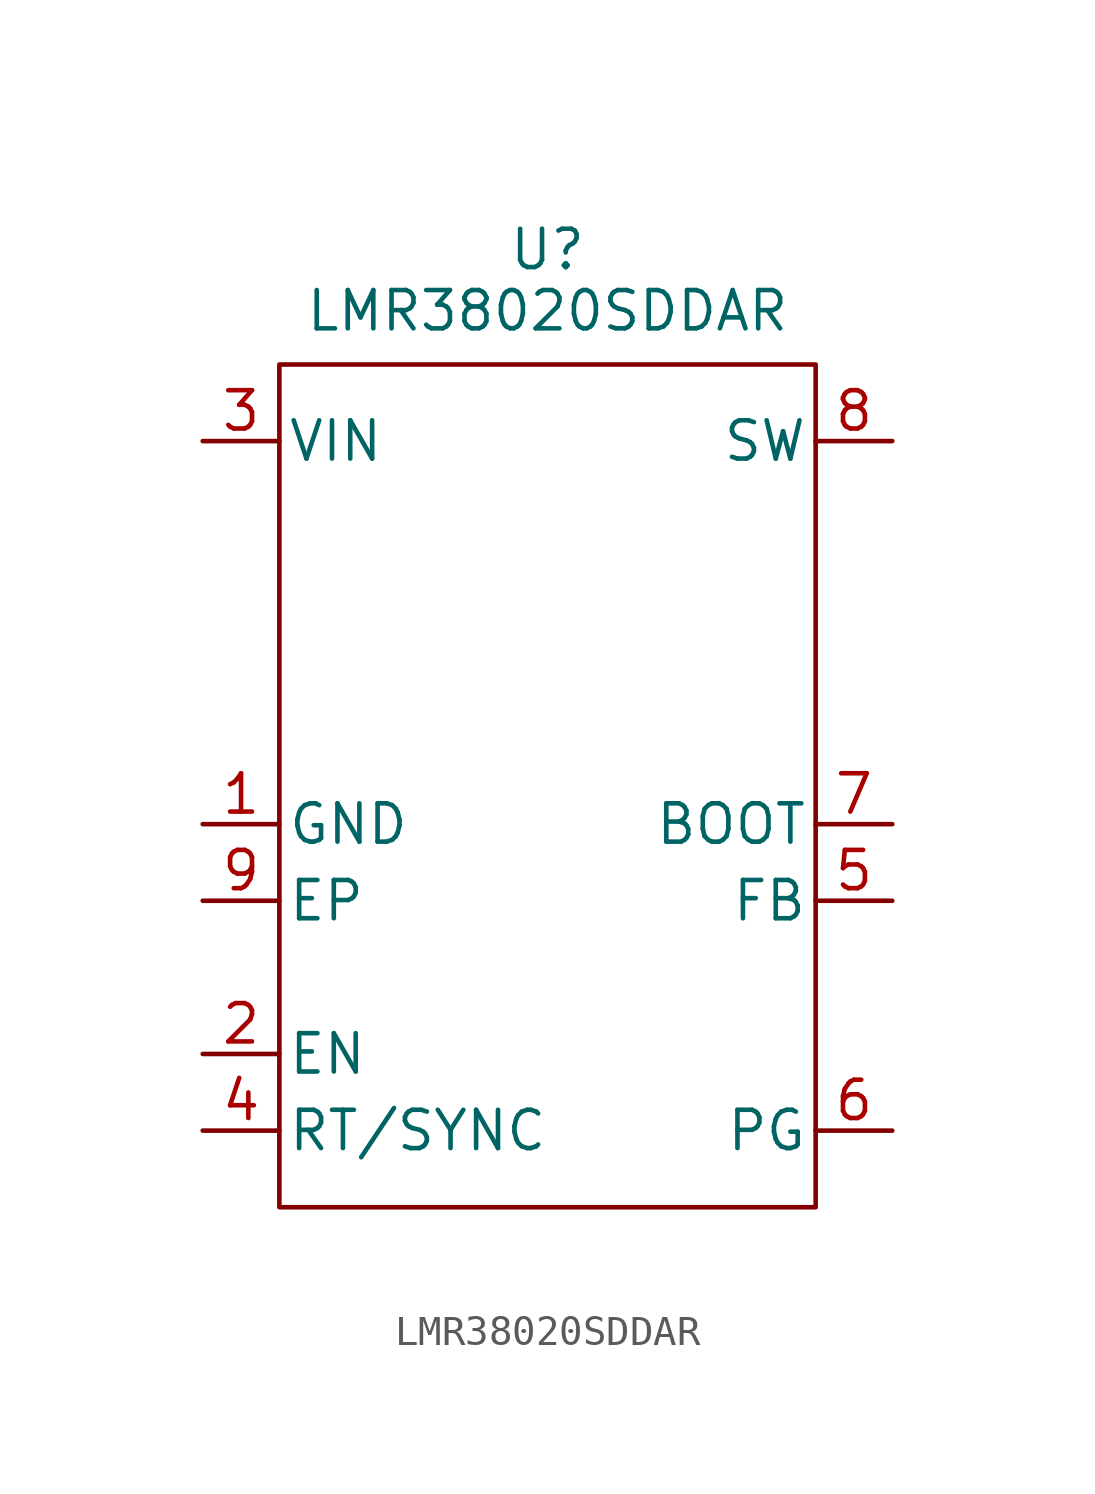
<source format=kicad_sym>
(kicad_symbol_lib
  (version 20241209)
  (generator "kicad_symbol_editor")
  (generator_version "9.0")
  (symbol "LMR38020SDDAR"
    (pin_names
      (offset 0.254))
    (property "Reference" "U"
      (at 0 26.67 0)
      (effects (font (size 1.27 1.27))))
    (property "Value" "LMR38020SDDAR"
      (at 0 24.638 0)
      (effects (font (size 1.27 1.27))))
    (symbol "LMR38020SDDAR_0_0"
      (pin power_in line (at -11.43 20.32 0) (length 2.54) (name "VIN" (effects (font (size 1.27 1.27)))) (number "3" (effects (font (size 1.27 1.27)))))
      (pin power_in line (at -11.43 7.62 0) (length 2.54) (name "GND" (effects (font (size 1.27 1.27)))) (number "1" (effects (font (size 1.27 1.27)))))
      (pin passive line (at -11.43 5.08 0) (length 2.54) (name "EP" (effects (font (size 1.27 1.27)))) (number "9" (effects (font (size 1.27 1.27)))))
      (pin input line (at -11.43 0 0) (length 2.54) (name "EN" (effects (font (size 1.27 1.27)))) (number "2" (effects (font (size 1.27 1.27)))))
      (pin input line (at -11.43 -2.54 0) (length 2.54) (name "RT/SYNC" (effects (font (size 1.27 1.27)))) (number "4" (effects (font (size 1.27 1.27)))))
      (pin power_out line (at 11.43 20.32 180) (length 2.54) (name "SW" (effects (font (size 1.27 1.27)))) (number "8" (effects (font (size 1.27 1.27)))))
      (pin power_out line (at 11.43 7.62 180) (length 2.54) (name "BOOT" (effects (font (size 1.27 1.27)))) (number "7" (effects (font (size 1.27 1.27)))))
      (pin input line (at 11.43 5.08 180) (length 2.54) (name "FB" (effects (font (size 1.27 1.27)))) (number "5" (effects (font (size 1.27 1.27)))))
      (pin output line (at 11.43 -2.54 180) (length 2.54) (name "PG" (effects (font (size 1.27 1.27)))) (number "6" (effects (font (size 1.27 1.27))))))
    (symbol "LMR38020SDDAR_0_1"
      (rectangle (start -8.89 22.86) (end 8.89 -5.08) (stroke (width 0) (type default)) (fill (type none))))))
</source>
